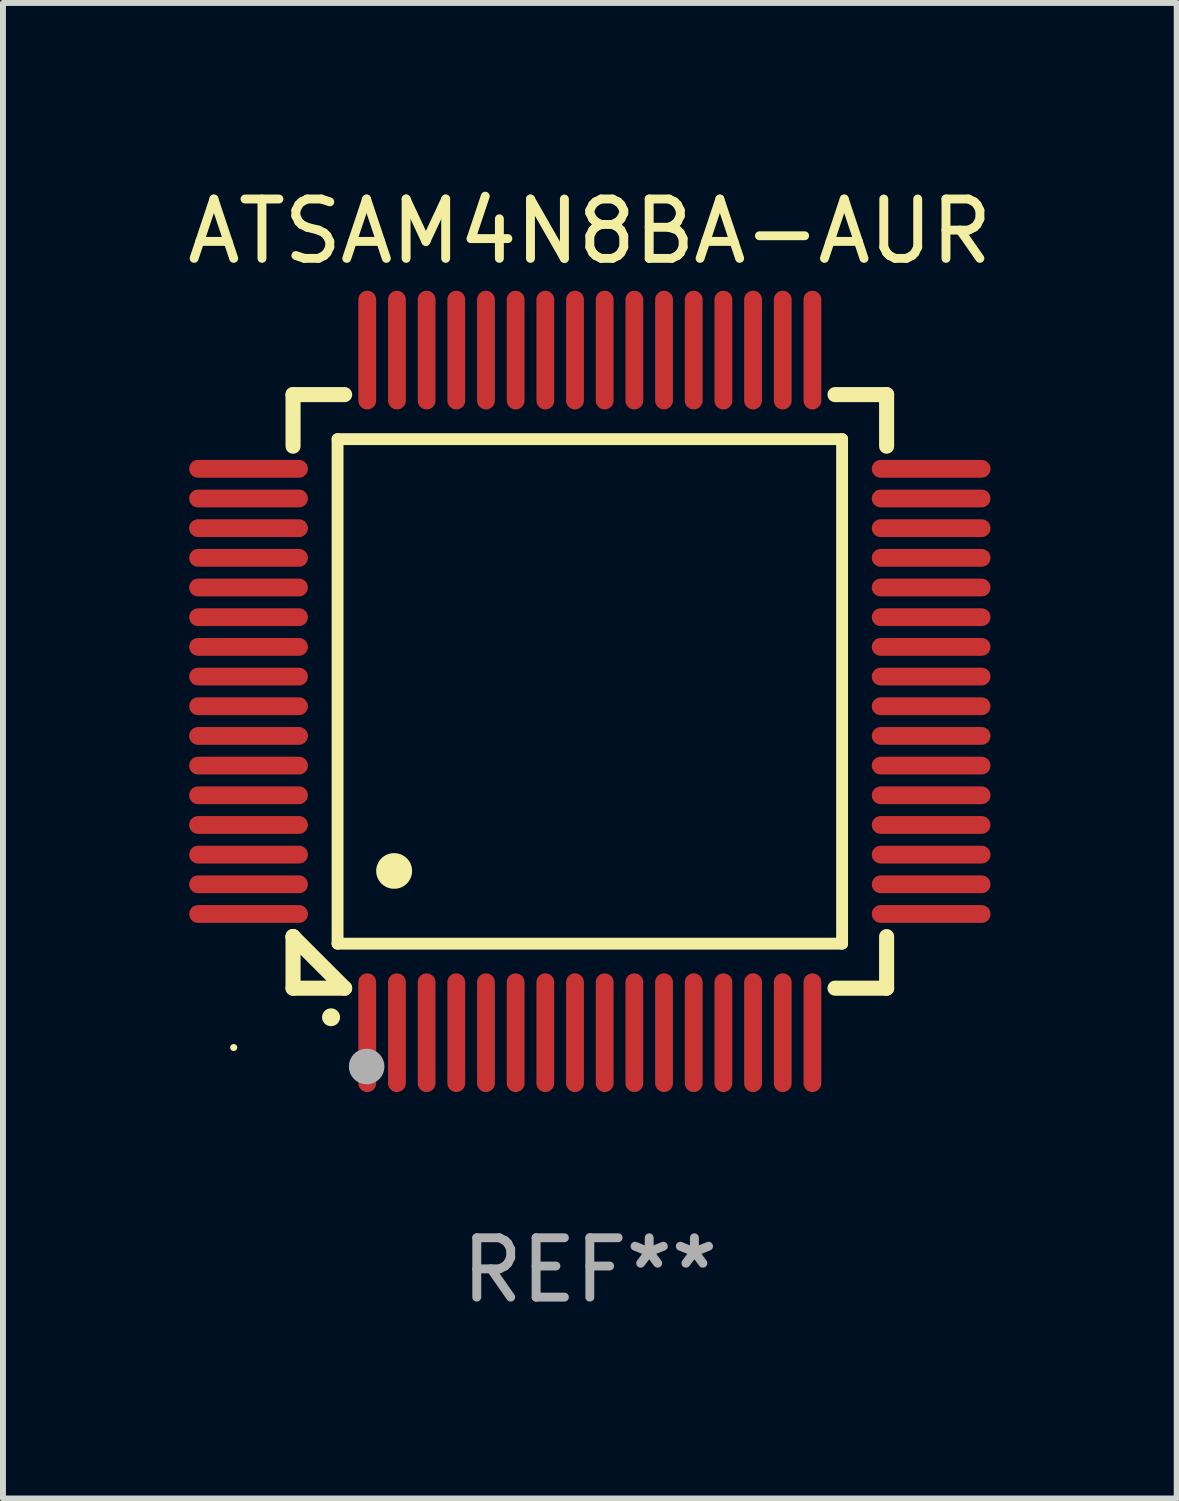
<source format=kicad_pcb>
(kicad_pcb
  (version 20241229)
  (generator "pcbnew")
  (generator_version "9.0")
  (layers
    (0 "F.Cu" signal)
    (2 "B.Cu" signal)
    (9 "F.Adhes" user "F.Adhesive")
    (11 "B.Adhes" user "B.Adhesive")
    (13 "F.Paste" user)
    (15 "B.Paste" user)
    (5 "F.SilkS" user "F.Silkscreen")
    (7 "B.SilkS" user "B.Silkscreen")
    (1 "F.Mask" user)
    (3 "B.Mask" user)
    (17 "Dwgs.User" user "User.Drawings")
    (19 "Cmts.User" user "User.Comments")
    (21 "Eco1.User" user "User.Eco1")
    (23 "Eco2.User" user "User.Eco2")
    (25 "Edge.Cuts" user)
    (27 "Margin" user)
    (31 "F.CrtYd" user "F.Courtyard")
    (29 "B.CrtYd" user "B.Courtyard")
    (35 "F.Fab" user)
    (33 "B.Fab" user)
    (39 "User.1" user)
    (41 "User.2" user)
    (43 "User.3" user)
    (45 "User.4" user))
  (footprint "ATSAM4N8BA-AUR"
    (layer "F.Cu")
    (at 6.887 8.598)
    (property "Reference" "ATSAM4N8BA-AUR" (at 0 -7.75 0) (layer "F.SilkS") (effects (font (size 1 1) (thickness 0.15))))
    (attr through_hole)
    (fp_line (start -5 -5) (end -4.131 -5) (stroke (width 0.254) (type solid)) (layer "F.SilkS"))
    (fp_line (start -5 -4.131) (end -5 -5) (stroke (width 0.254) (type solid)) (layer "F.SilkS"))
    (fp_line (start -5 4.131) (end -5 4.131) (stroke (width 0.254) (type solid)) (layer "F.SilkS"))
    (fp_line (start -5 5) (end -5 4.131) (stroke (width 0.254) (type solid)) (layer "F.SilkS"))
    (fp_line (start -5 4.131) (end -4.131 5) (stroke (width 0.254) (type solid)) (layer "F.SilkS"))
    (fp_line (start -4.25 -4.25) (end -4.25 4.25) (stroke (width 0.2) (type solid)) (layer "F.SilkS"))
    (fp_line (start -4.25 4.25) (end 4.25 4.25) (stroke (width 0.2) (type solid)) (layer "F.SilkS"))
    (fp_line (start -4.131 5) (end -5 5) (stroke (width 0.254) (type solid)) (layer "F.SilkS"))
    (fp_line (start 4.25 -4.25) (end -4.25 -4.25) (stroke (width 0.2) (type solid)) (layer "F.SilkS"))
    (fp_line (start 4.25 4.25) (end 4.25 -4.25) (stroke (width 0.2) (type solid)) (layer "F.SilkS"))
    (fp_line (start 5 -5) (end 4.131 -5) (stroke (width 0.254) (type solid)) (layer "F.SilkS"))
    (fp_line (start 5 -5) (end 5 -4.131) (stroke (width 0.254) (type solid)) (layer "F.SilkS"))
    (fp_line (start 5 4.131) (end 5 5) (stroke (width 0.254) (type solid)) (layer "F.SilkS"))
    (fp_line (start 5 5) (end 4.131 5) (stroke (width 0.254) (type solid)) (layer "F.SilkS"))
    (fp_arc (start -4.361265 5.489992) (mid -4.359995 5.489987) (end -4.358725 5.489992) (stroke (width 0.3) (type solid)) (layer "F.SilkS"))
    (fp_arc (start -3.299467 3.025146) (mid -3.296927 3.025135) (end -3.294387 3.025146) (stroke (width 0.6) (type solid)) (layer "F.SilkS"))
    (fp_circle (center -6 6) (end -5.97 6) (stroke (width 0.06) (type solid)) (fill no) (layer "F.SilkS"))
    (fp_circle (center -3.76 6.32) (end -3.61 6.32) (stroke (width 0.3) (type solid)) (fill no) (layer "F.Fab"))
    (fp_text user "REF**" (at 0 9.75 0) (layer "F.Fab") (effects (font (size 1 1) (thickness 0.15))))
    (pad "1" smd oval (at -3.75 5.75) (size 0.3 2) (layers "F.Cu" "F.Mask" "F.Paste"))
    (pad "2" smd oval (at -3.25 5.75) (size 0.3 2) (layers "F.Cu" "F.Mask" "F.Paste"))
    (pad "3" smd oval (at -2.75 5.75) (size 0.3 2) (layers "F.Cu" "F.Mask" "F.Paste"))
    (pad "4" smd oval (at -2.25 5.75) (size 0.3 2) (layers "F.Cu" "F.Mask" "F.Paste"))
    (pad "5" smd oval (at -1.75 5.75) (size 0.3 2) (layers "F.Cu" "F.Mask" "F.Paste"))
    (pad "6" smd oval (at -1.25 5.75) (size 0.3 2) (layers "F.Cu" "F.Mask" "F.Paste"))
    (pad "7" smd oval (at -0.75 5.75) (size 0.3 2) (layers "F.Cu" "F.Mask" "F.Paste"))
    (pad "8" smd oval (at -0.25 5.75) (size 0.3 2) (layers "F.Cu" "F.Mask" "F.Paste"))
    (pad "9" smd oval (at 0.25 5.75) (size 0.3 2) (layers "F.Cu" "F.Mask" "F.Paste"))
    (pad "10" smd oval (at 0.75 5.75) (size 0.3 2) (layers "F.Cu" "F.Mask" "F.Paste"))
    (pad "11" smd oval (at 1.25 5.75) (size 0.3 2) (layers "F.Cu" "F.Mask" "F.Paste"))
    (pad "12" smd oval (at 1.75 5.75) (size 0.3 2) (layers "F.Cu" "F.Mask" "F.Paste"))
    (pad "13" smd oval (at 2.25 5.75) (size 0.3 2) (layers "F.Cu" "F.Mask" "F.Paste"))
    (pad "14" smd oval (at 2.75 5.75) (size 0.3 2) (layers "F.Cu" "F.Mask" "F.Paste"))
    (pad "15" smd oval (at 3.25 5.75) (size 0.3 2) (layers "F.Cu" "F.Mask" "F.Paste"))
    (pad "16" smd oval (at 3.75 5.75) (size 0.3 2) (layers "F.Cu" "F.Mask" "F.Paste"))
    (pad "17" smd oval (at 5.75 3.75) (size 2 0.3) (layers "F.Cu" "F.Mask" "F.Paste"))
    (pad "18" smd oval (at 5.75 3.25) (size 2 0.3) (layers "F.Cu" "F.Mask" "F.Paste"))
    (pad "19" smd oval (at 5.75 2.75) (size 2 0.3) (layers "F.Cu" "F.Mask" "F.Paste"))
    (pad "20" smd oval (at 5.75 2.25) (size 2 0.3) (layers "F.Cu" "F.Mask" "F.Paste"))
    (pad "21" smd oval (at 5.75 1.75) (size 2 0.3) (layers "F.Cu" "F.Mask" "F.Paste"))
    (pad "22" smd oval (at 5.75 1.25) (size 2 0.3) (layers "F.Cu" "F.Mask" "F.Paste"))
    (pad "23" smd oval (at 5.75 0.75) (size 2 0.3) (layers "F.Cu" "F.Mask" "F.Paste"))
    (pad "24" smd oval (at 5.75 0.25) (size 2 0.3) (layers "F.Cu" "F.Mask" "F.Paste"))
    (pad "25" smd oval (at 5.75 -0.25) (size 2 0.3) (layers "F.Cu" "F.Mask" "F.Paste"))
    (pad "26" smd oval (at 5.75 -0.75) (size 2 0.3) (layers "F.Cu" "F.Mask" "F.Paste"))
    (pad "27" smd oval (at 5.75 -1.25) (size 2 0.3) (layers "F.Cu" "F.Mask" "F.Paste"))
    (pad "28" smd oval (at 5.75 -1.75) (size 2 0.3) (layers "F.Cu" "F.Mask" "F.Paste"))
    (pad "29" smd oval (at 5.75 -2.25) (size 2 0.3) (layers "F.Cu" "F.Mask" "F.Paste"))
    (pad "30" smd oval (at 5.75 -2.75) (size 2 0.3) (layers "F.Cu" "F.Mask" "F.Paste"))
    (pad "31" smd oval (at 5.75 -3.25) (size 2 0.3) (layers "F.Cu" "F.Mask" "F.Paste"))
    (pad "32" smd oval (at 5.75 -3.75) (size 2 0.3) (layers "F.Cu" "F.Mask" "F.Paste"))
    (pad "33" smd oval (at 3.75 -5.75) (size 0.3 2) (layers "F.Cu" "F.Mask" "F.Paste"))
    (pad "34" smd oval (at 3.25 -5.75) (size 0.3 2) (layers "F.Cu" "F.Mask" "F.Paste"))
    (pad "35" smd oval (at 2.75 -5.75) (size 0.3 2) (layers "F.Cu" "F.Mask" "F.Paste"))
    (pad "36" smd oval (at 2.25 -5.75) (size 0.3 2) (layers "F.Cu" "F.Mask" "F.Paste"))
    (pad "37" smd oval (at 1.75 -5.75) (size 0.3 2) (layers "F.Cu" "F.Mask" "F.Paste"))
    (pad "38" smd oval (at 1.25 -5.75) (size 0.3 2) (layers "F.Cu" "F.Mask" "F.Paste"))
    (pad "39" smd oval (at 0.75 -5.75) (size 0.3 2) (layers "F.Cu" "F.Mask" "F.Paste"))
    (pad "40" smd oval (at 0.25 -5.75) (size 0.3 2) (layers "F.Cu" "F.Mask" "F.Paste"))
    (pad "41" smd oval (at -0.25 -5.75) (size 0.3 2) (layers "F.Cu" "F.Mask" "F.Paste"))
    (pad "42" smd oval (at -0.75 -5.75) (size 0.3 2) (layers "F.Cu" "F.Mask" "F.Paste"))
    (pad "43" smd oval (at -1.25 -5.75) (size 0.3 2) (layers "F.Cu" "F.Mask" "F.Paste"))
    (pad "44" smd oval (at -1.75 -5.75) (size 0.3 2) (layers "F.Cu" "F.Mask" "F.Paste"))
    (pad "45" smd oval (at -2.25 -5.75) (size 0.3 2) (layers "F.Cu" "F.Mask" "F.Paste"))
    (pad "46" smd oval (at -2.75 -5.75) (size 0.3 2) (layers "F.Cu" "F.Mask" "F.Paste"))
    (pad "47" smd oval (at -3.25 -5.75) (size 0.3 2) (layers "F.Cu" "F.Mask" "F.Paste"))
    (pad "48" smd oval (at -3.75 -5.75) (size 0.3 2) (layers "F.Cu" "F.Mask" "F.Paste"))
    (pad "49" smd oval (at -5.75 -3.75) (size 2 0.3) (layers "F.Cu" "F.Mask" "F.Paste"))
    (pad "50" smd oval (at -5.75 -3.25) (size 2 0.3) (layers "F.Cu" "F.Mask" "F.Paste"))
    (pad "51" smd oval (at -5.75 -2.75) (size 2 0.3) (layers "F.Cu" "F.Mask" "F.Paste"))
    (pad "52" smd oval (at -5.75 -2.25) (size 2 0.3) (layers "F.Cu" "F.Mask" "F.Paste"))
    (pad "53" smd oval (at -5.75 -1.75) (size 2 0.3) (layers "F.Cu" "F.Mask" "F.Paste"))
    (pad "54" smd oval (at -5.75 -1.25) (size 2 0.3) (layers "F.Cu" "F.Mask" "F.Paste"))
    (pad "55" smd oval (at -5.75 -0.75) (size 2 0.3) (layers "F.Cu" "F.Mask" "F.Paste"))
    (pad "56" smd oval (at -5.75 -0.25) (size 2 0.3) (layers "F.Cu" "F.Mask" "F.Paste"))
    (pad "57" smd oval (at -5.75 0.25) (size 2 0.3) (layers "F.Cu" "F.Mask" "F.Paste"))
    (pad "58" smd oval (at -5.75 0.75) (size 2 0.3) (layers "F.Cu" "F.Mask" "F.Paste"))
    (pad "59" smd oval (at -5.75 1.25) (size 2 0.3) (layers "F.Cu" "F.Mask" "F.Paste"))
    (pad "60" smd oval (at -5.75 1.75) (size 2 0.3) (layers "F.Cu" "F.Mask" "F.Paste"))
    (pad "61" smd oval (at -5.75 2.25) (size 2 0.3) (layers "F.Cu" "F.Mask" "F.Paste"))
    (pad "62" smd oval (at -5.75 2.75) (size 2 0.3) (layers "F.Cu" "F.Mask" "F.Paste"))
    (pad "63" smd oval (at -5.75 3.25) (size 2 0.3) (layers "F.Cu" "F.Mask" "F.Paste"))
    (pad "64" smd oval (at -5.75 3.75) (size 2 0.3) (layers "F.Cu" "F.Mask" "F.Paste")))
  (gr_rect
    (start -3 -3)
    (end 16.774 22.196)
    (stroke (width 0.1) (type default))
    (fill no)
    (layer "Edge.Cuts")))
</source>
